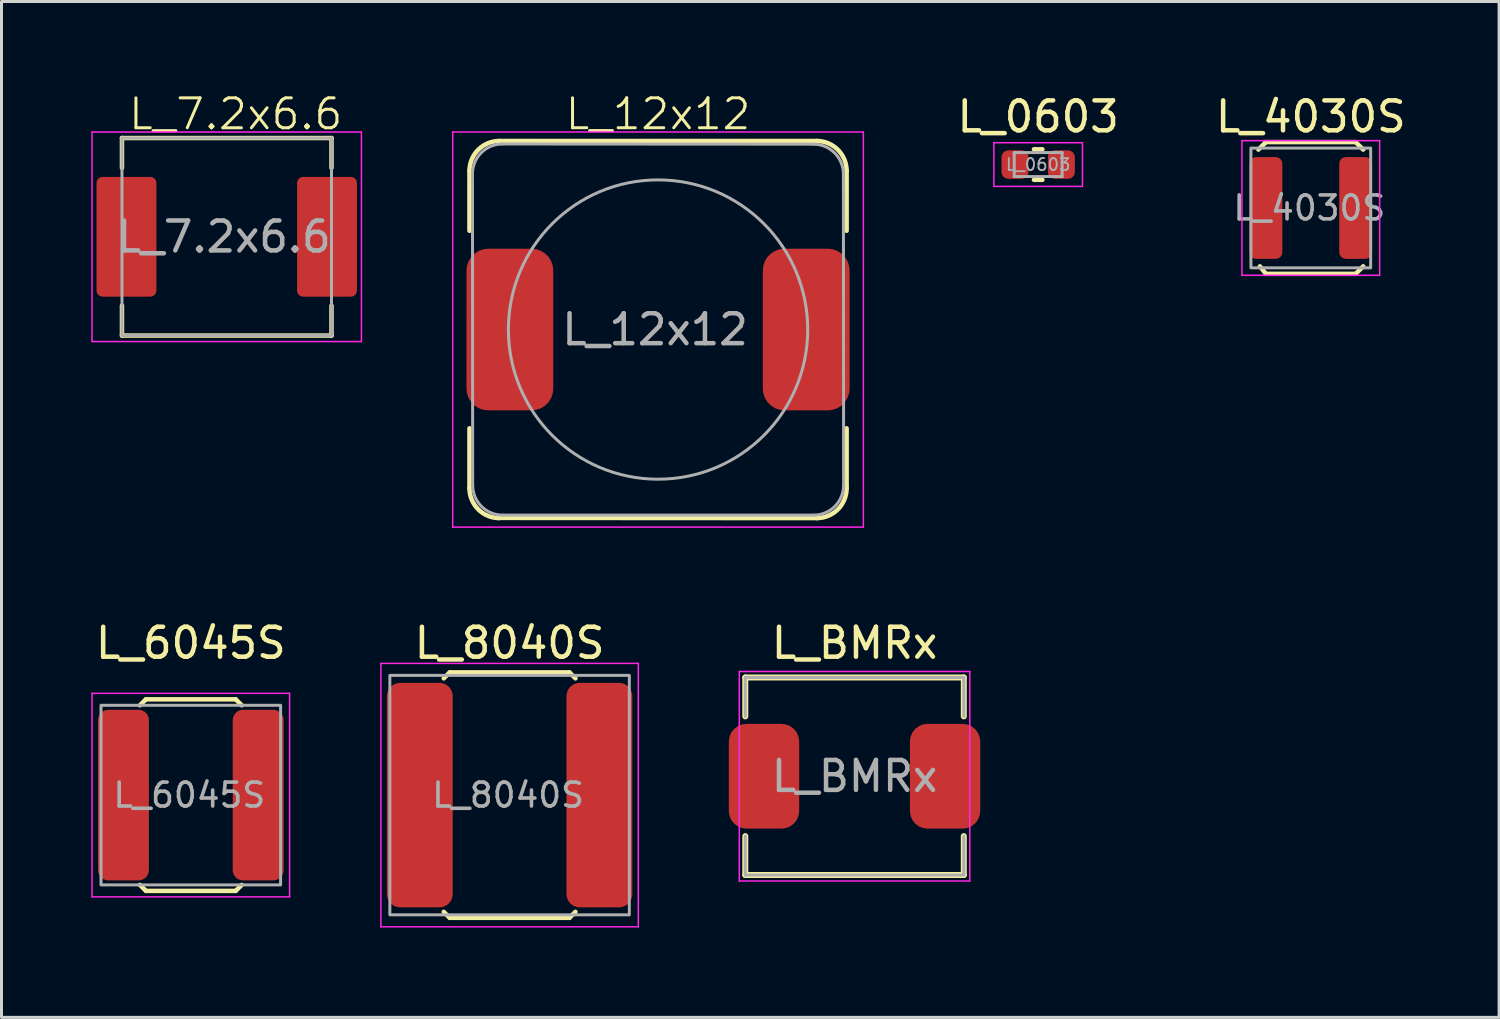
<source format=kicad_pcb>
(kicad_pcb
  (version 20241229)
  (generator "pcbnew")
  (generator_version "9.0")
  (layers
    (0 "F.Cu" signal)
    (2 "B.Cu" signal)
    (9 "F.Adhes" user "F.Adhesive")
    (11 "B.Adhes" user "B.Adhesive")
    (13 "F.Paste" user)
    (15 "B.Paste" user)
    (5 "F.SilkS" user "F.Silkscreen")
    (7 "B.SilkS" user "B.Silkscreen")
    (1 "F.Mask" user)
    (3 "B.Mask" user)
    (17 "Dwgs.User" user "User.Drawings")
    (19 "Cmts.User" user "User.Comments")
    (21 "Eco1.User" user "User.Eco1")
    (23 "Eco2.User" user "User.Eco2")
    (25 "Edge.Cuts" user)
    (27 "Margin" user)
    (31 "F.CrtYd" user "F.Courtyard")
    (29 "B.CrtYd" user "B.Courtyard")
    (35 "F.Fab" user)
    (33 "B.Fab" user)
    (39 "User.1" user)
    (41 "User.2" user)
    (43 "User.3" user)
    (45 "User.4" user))
  (footprint "L_8040S"
    (layer "F.Cu")
    (at 13.975 23.514)
    (property "Reference" "L_8040S" (at 0 -5.08 0) (unlocked yes) (layer "F.SilkS") (effects (font (size 1 1) (thickness 0.15))))
    (attr smd)
    (fp_line (start -2 -4.1) (end -2.2 -3.9) (stroke (width 0.15) (type default)) (layer "F.SilkS"))
    (fp_line (start -2 4.1) (end -2.2 3.9) (stroke (width 0.15) (type default)) (layer "F.SilkS"))
    (fp_line (start -2 4.1) (end 2 4.1) (stroke (width 0.15) (type solid)) (layer "F.SilkS"))
    (fp_line (start 2 -4.1) (end -2 -4.1) (stroke (width 0.15) (type solid)) (layer "F.SilkS"))
    (fp_line (start 2 -4.1) (end 2.2 -3.9) (stroke (width 0.15) (type default)) (layer "F.SilkS"))
    (fp_line (start 2 4.1) (end 2.2 3.9) (stroke (width 0.15) (type default)) (layer "F.SilkS"))
    (fp_line (start -4.3 -4.4) (end -4.3 4.4) (stroke (width 0.05) (type solid)) (layer "F.CrtYd"))
    (fp_line (start -4.3 4.4) (end 4.3 4.4) (stroke (width 0.05) (type solid)) (layer "F.CrtYd"))
    (fp_line (start 4.3 -4.4) (end -4.3 -4.4) (stroke (width 0.05) (type solid)) (layer "F.CrtYd"))
    (fp_line (start 4.3 4.4) (end 4.3 -4.4) (stroke (width 0.05) (type solid)) (layer "F.CrtYd"))
    (fp_rect (start -4 -4) (end 4 4) (stroke (width 0.1) (type default)) (fill no) (layer "F.Fab"))
    (fp_text user "${REFERENCE}" (at -0.05 0 0) (layer "F.Fab") (effects (font (size 0.8 0.8) (thickness 0.12))))
    (pad "1" smd roundrect (at -3 0) (size 2.2 7.5) (layers "F.Cu" "F.Mask" "F.Paste") (roundrect_rratio 0.2))
    (pad "2" smd roundrect (at 3 0) (size 2.2 7.5) (layers "F.Cu" "F.Mask" "F.Paste") (roundrect_rratio 0.2)))
  (footprint "L_BMRx"
    (layer "F.Cu")
    (at 25.5 22.884)
    (property "Reference" "L_BMRx" (at 0 -4.45 0) (layer "F.SilkS") (effects (font (size 1 1) (thickness 0.15))))
    (attr smd)
    (fp_line (start -3.65 -3.3) (end 3.65 -3.3) (stroke (width 0.2) (type solid)) (layer "F.SilkS"))
    (fp_line (start -3.65 -2) (end -3.65 -3.3) (stroke (width 0.2) (type solid)) (layer "F.SilkS"))
    (fp_line (start -3.65 3.3) (end -3.65 2) (stroke (width 0.2) (type solid)) (layer "F.SilkS"))
    (fp_line (start 3.65 -3.3) (end 3.65 -2) (stroke (width 0.2) (type solid)) (layer "F.SilkS"))
    (fp_line (start 3.65 2) (end 3.65 3.3) (stroke (width 0.2) (type solid)) (layer "F.SilkS"))
    (fp_line (start 3.65 3.3) (end -3.65 3.3) (stroke (width 0.2) (type solid)) (layer "F.SilkS"))
    (fp_line (start -3.85 -3.5) (end -3.85 3.5) (stroke (width 0.05) (type solid)) (layer "F.CrtYd"))
    (fp_line (start -3.85 3.5) (end 3.85 3.5) (stroke (width 0.05) (type solid)) (layer "F.CrtYd"))
    (fp_line (start 3.85 -3.5) (end -3.85 -3.5) (stroke (width 0.05) (type solid)) (layer "F.CrtYd"))
    (fp_line (start 3.85 3.5) (end 3.85 -3.5) (stroke (width 0.05) (type solid)) (layer "F.CrtYd"))
    (fp_line (start -3.65 -3.3) (end -3.65 -2) (stroke (width 0.1) (type solid)) (layer "F.Fab"))
    (fp_line (start -3.65 -3.3) (end 3.65 -3.3) (stroke (width 0.1) (type solid)) (layer "F.Fab"))
    (fp_line (start -3.65 3.3) (end -3.65 2) (stroke (width 0.1) (type solid)) (layer "F.Fab"))
    (fp_line (start 3.65 -3.3) (end 3.65 -2) (stroke (width 0.1) (type solid)) (layer "F.Fab"))
    (fp_line (start 3.65 3.3) (end -3.65 3.3) (stroke (width 0.1) (type solid)) (layer "F.Fab"))
    (fp_line (start 3.65 3.3) (end 3.65 2) (stroke (width 0.1) (type solid)) (layer "F.Fab"))
    (fp_text user "${REFERENCE}" (at 0 0 0) (layer "F.Fab") (effects (font (size 1 1) (thickness 0.15))))
    (pad "1" smd roundrect (at -3.025 0) (size 2.35 3.5) (layers "F.Cu" "F.Mask" "F.Paste") (roundrect_rratio 0.25))
    (pad "2" smd roundrect (at 3.025 0) (size 2.35 3.5) (layers "F.Cu" "F.Mask" "F.Paste") (roundrect_rratio 0.25)))
  (footprint "L_7.2x6.6"
    (layer "F.Cu")
    (at 4.525 4.861)
    (property "Reference" "L_7.2x6.6" (at 0.3 -4.1 0) (unlocked yes) (layer "F.SilkS") (effects (font (size 1 1) (thickness 0.1))))
    (attr smd)
    (fp_line (start -3.5 -3.3) (end 3.5 -3.3) (stroke (width 0.15) (type solid)) (layer "F.SilkS"))
    (fp_line (start -3.5 -2.3) (end -3.5 -3.3) (stroke (width 0.15) (type solid)) (layer "F.SilkS"))
    (fp_line (start -3.5 2.3) (end -3.5 3.3) (stroke (width 0.15) (type solid)) (layer "F.SilkS"))
    (fp_line (start -3.5 3.3) (end 3.5 3.3) (stroke (width 0.15) (type solid)) (layer "F.SilkS"))
    (fp_line (start 3.5 -2.3) (end 3.5 -3.3) (stroke (width 0.15) (type solid)) (layer "F.SilkS"))
    (fp_line (start 3.5 2.3) (end 3.5 3.3) (stroke (width 0.15) (type solid)) (layer "F.SilkS"))
    (fp_line (start -4.5 -3.5) (end -4.5 3.5) (stroke (width 0.05) (type solid)) (layer "F.CrtYd"))
    (fp_line (start -4.5 -3.5) (end 4.5 -3.5) (stroke (width 0.05) (type solid)) (layer "F.CrtYd"))
    (fp_line (start -4.5 3.5) (end 4.5 3.5) (stroke (width 0.05) (type solid)) (layer "F.CrtYd"))
    (fp_line (start 4.5 -3.5) (end 4.5 3.5) (stroke (width 0.05) (type solid)) (layer "F.CrtYd"))
    (fp_line (start -3.5 -3.3) (end -3.5 3.3) (stroke (width 0.1) (type default)) (layer "F.Fab"))
    (fp_line (start 3.5 -3.3) (end -3.5 -3.3) (stroke (width 0.1) (type default)) (layer "F.Fab"))
    (fp_line (start 3.5 -3.3) (end 3.5 3.3) (stroke (width 0.1) (type default)) (layer "F.Fab"))
    (fp_line (start 3.5 3.3) (end -3.5 3.3) (stroke (width 0.1) (type default)) (layer "F.Fab"))
    (fp_text user "${REFERENCE}" (at -0.1 0 0) (layer "F.Fab") (effects (font (size 1 1) (thickness 0.15))))
    (pad "1" smd roundrect (at -3.35 0) (size 2 4) (layers "F.Cu" "F.Mask" "F.Paste") (roundrect_rratio 0.1))
    (pad "2" smd roundrect (at 3.35 0) (size 2 4) (layers "F.Cu" "F.Mask" "F.Paste") (roundrect_rratio 0.1)))
  (footprint "L_6045S"
    (layer "F.Cu")
    (at 3.325 23.514)
    (property "Reference" "L_6045S" (at 0 -5.08 0) (unlocked yes) (layer "F.SilkS") (effects (font (size 1 1) (thickness 0.15))))
    (attr smd)
    (fp_line (start -1.5 -3.2) (end -1.7 -3) (stroke (width 0.15) (type default)) (layer "F.SilkS"))
    (fp_line (start -1.5 3.2) (end -1.7 3) (stroke (width 0.15) (type default)) (layer "F.SilkS"))
    (fp_line (start -1.5 3.2) (end 1.5 3.2) (stroke (width 0.15) (type solid)) (layer "F.SilkS"))
    (fp_line (start 1.5 -3.2) (end -1.5 -3.2) (stroke (width 0.15) (type solid)) (layer "F.SilkS"))
    (fp_line (start 1.5 -3.2) (end 1.7 -3) (stroke (width 0.15) (type default)) (layer "F.SilkS"))
    (fp_line (start 1.5 3.2) (end 1.7 3) (stroke (width 0.15) (type default)) (layer "F.SilkS"))
    (fp_line (start -3.3 -3.4) (end -3.3 3.4) (stroke (width 0.05) (type solid)) (layer "F.CrtYd"))
    (fp_line (start -3.3 3.4) (end 3.3 3.4) (stroke (width 0.05) (type solid)) (layer "F.CrtYd"))
    (fp_line (start 3.3 -3.4) (end -3.3 -3.4) (stroke (width 0.05) (type solid)) (layer "F.CrtYd"))
    (fp_line (start 3.3 3.4) (end 3.3 -3.4) (stroke (width 0.05) (type solid)) (layer "F.CrtYd"))
    (fp_rect (start -3 -3) (end 3 3) (stroke (width 0.1) (type default)) (fill no) (layer "F.Fab"))
    (fp_text user "${REFERENCE}" (at -0.05 0 0) (layer "F.Fab") (effects (font (size 0.8 0.8) (thickness 0.12))))
    (pad "1" smd roundrect (at -2.25 0) (size 1.7 5.7) (layers "F.Cu" "F.Mask" "F.Paste") (roundrect_rratio 0.2))
    (pad "2" smd roundrect (at 2.25 0) (size 1.7 5.7) (layers "F.Cu" "F.Mask" "F.Paste") (roundrect_rratio 0.2)))
  (footprint "L_12x12"
    (layer "F.Cu")
    (at 18.935 7.96)
    (property "Reference" "L_12x12" (at 0 -7.2 0) (unlocked yes) (layer "F.SilkS") (effects (font (size 1 1) (thickness 0.1))))
    (attr smd)
    (fp_line (start -6.3 5.3) (end -6.3 3.3) (stroke (width 0.15) (type solid)) (layer "F.SilkS"))
    (fp_line (start -6.3 -3.3) (end -6.3 -5.3) (stroke (width 0.15) (type solid)) (layer "F.SilkS"))
    (fp_line (start -5.3 -6.3) (end 5.3 -6.3) (stroke (width 0.15) (type solid)) (layer "F.SilkS"))
    (fp_line (start 5.3 6.3) (end -5.293 6.293) (stroke (width 0.15) (type solid)) (layer "F.SilkS"))
    (fp_line (start 6.3 -5.3) (end 6.3 -3.3) (stroke (width 0.15) (type solid)) (layer "F.SilkS"))
    (fp_line (start 6.3 3.3) (end 6.3 5.3) (stroke (width 0.15) (type solid)) (layer "F.SilkS"))
    (fp_arc (start -6.299998 -5.3) (mid -6.007104 -6.007106) (end -5.299998 -6.3) (stroke (width 0.15) (type default)) (layer "F.SilkS"))
    (fp_arc (start -5.300001 6.300001) (mid -6.007107 6.007107) (end -6.300001 5.300001) (stroke (width 0.15) (type default)) (layer "F.SilkS"))
    (fp_arc (start 5.3 -6.3) (mid 6.007106 -6.007107) (end 6.3 -5.3) (stroke (width 0.15) (type default)) (layer "F.SilkS"))
    (fp_arc (start 6.299998 5.3) (mid 6.007104 6.007106) (end 5.299998 6.3) (stroke (width 0.15) (type default)) (layer "F.SilkS"))
    (fp_line (start -6.86 -6.6) (end 6.86 -6.6) (stroke (width 0.05) (type solid)) (layer "F.CrtYd"))
    (fp_line (start -6.86 6.6) (end -6.86 -6.6) (stroke (width 0.05) (type solid)) (layer "F.CrtYd"))
    (fp_line (start 6.86 -6.6) (end 6.86 6.6) (stroke (width 0.05) (type solid)) (layer "F.CrtYd"))
    (fp_line (start 6.86 6.6) (end -6.86 6.6) (stroke (width 0.05) (type solid)) (layer "F.CrtYd"))
    (fp_line (start -6.193 5.2) (end -6.2 -5.2) (stroke (width 0.1) (type default)) (layer "F.Fab"))
    (fp_line (start -5.2 -6.2) (end 5.193 -6.193) (stroke (width 0.1) (type default)) (layer "F.Fab"))
    (fp_line (start 5.2 6.2) (end -5.193 6.2) (stroke (width 0.1) (type default)) (layer "F.Fab"))
    (fp_line (start 6.193 -5.193) (end 6.2 5.2) (stroke (width 0.1) (type default)) (layer "F.Fab"))
    (fp_arc (start -6.2 -5.2) (mid -5.907106 -5.907106) (end -5.2 -6.2) (stroke (width 0.1) (type default)) (layer "F.Fab"))
    (fp_arc (start -5.192894 6.2) (mid -5.9 5.907106) (end -6.192894 5.2) (stroke (width 0.1) (type default)) (layer "F.Fab"))
    (fp_arc (start 5.192894 -6.192893) (mid 5.9 -5.899999) (end 6.192894 -5.192893) (stroke (width 0.1) (type default)) (layer "F.Fab"))
    (fp_arc (start 6.2 5.2) (mid 5.907106 5.907106) (end 5.2 6.2) (stroke (width 0.1) (type default)) (layer "F.Fab"))
    (fp_circle (center 0 0) (end 0 5) (stroke (width 0.1) (type default)) (fill no) (layer "F.Fab"))
    (fp_text user "${REFERENCE}" (at -0.1 0 0) (layer "F.Fab") (effects (font (size 1 1) (thickness 0.15))))
    (pad "1" smd roundrect (at -4.95 0) (size 2.9 5.4) (layers "F.Cu" "F.Mask" "F.Paste") (roundrect_rratio 0.25))
    (pad "2" smd roundrect (at 4.95 0) (size 2.9 5.4) (layers "F.Cu" "F.Mask" "F.Paste") (roundrect_rratio 0.25)))
  (footprint "L_0603"
    (layer "F.Cu")
    (at 31.635 2.448)
    (property "Reference" "L_0603" (at 0 -1.6 0) (layer "F.SilkS") (effects (font (size 1 1) (thickness 0.15))))
    (attr smd)
    (fp_line (start -0.141 -0.51) (end 0.141 -0.51) (stroke (width 0.15) (type solid)) (layer "F.SilkS"))
    (fp_line (start -0.141 0.51) (end 0.141 0.51) (stroke (width 0.15) (type solid)) (layer "F.SilkS"))
    (fp_line (start -1.48 -0.73) (end 1.48 -0.73) (stroke (width 0.05) (type solid)) (layer "F.CrtYd"))
    (fp_line (start -1.48 0.73) (end -1.48 -0.73) (stroke (width 0.05) (type solid)) (layer "F.CrtYd"))
    (fp_line (start 1.48 -0.73) (end 1.48 0.73) (stroke (width 0.05) (type solid)) (layer "F.CrtYd"))
    (fp_line (start 1.48 0.73) (end -1.48 0.73) (stroke (width 0.05) (type solid)) (layer "F.CrtYd"))
    (fp_line (start -0.8 -0.4) (end 0.8 -0.4) (stroke (width 0.1) (type solid)) (layer "F.Fab"))
    (fp_line (start -0.8 0.4) (end -0.8 -0.4) (stroke (width 0.1) (type solid)) (layer "F.Fab"))
    (fp_line (start 0.8 -0.4) (end 0.8 0.4) (stroke (width 0.1) (type solid)) (layer "F.Fab"))
    (fp_line (start 0.8 0.4) (end -0.8 0.4) (stroke (width 0.1) (type solid)) (layer "F.Fab"))
    (fp_text user "${REFERENCE}" (at 0 0 0) (layer "F.Fab") (effects (font (size 0.4 0.4) (thickness 0.06))))
    (pad "1" smd roundrect (at -0.775 0) (size 0.9 0.95) (layers "F.Cu" "F.Mask" "F.Paste") (roundrect_rratio 0.25))
    (pad "2" smd roundrect (at 0.775 0) (size 0.9 0.95) (layers "F.Cu" "F.Mask" "F.Paste") (roundrect_rratio 0.25)))
  (footprint "L_4030S"
    (layer "F.Cu")
    (at 40.743 3.898)
    (property "Reference" "L_4030S" (at 0 -3.05 0) (unlocked yes) (layer "F.SilkS") (effects (font (size 1 1) (thickness 0.15))))
    (attr smd)
    (fp_line (start -1.5 -2.2) (end -1.75 -1.95) (stroke (width 0.15) (type default)) (layer "F.SilkS"))
    (fp_line (start -1.5 -2.2) (end 1.5 -2.2) (stroke (width 0.15) (type solid)) (layer "F.SilkS"))
    (fp_line (start -1.5 2.2) (end -1.7 1.95) (stroke (width 0.15) (type default)) (layer "F.SilkS"))
    (fp_line (start -1.5 2.2) (end 1.5 2.2) (stroke (width 0.15) (type solid)) (layer "F.SilkS"))
    (fp_line (start 1.5 -2.2) (end 1.75 -1.95) (stroke (width 0.15) (type default)) (layer "F.SilkS"))
    (fp_line (start 1.5 2.2) (end 1.75 1.95) (stroke (width 0.15) (type default)) (layer "F.SilkS"))
    (fp_line (start -2.3 -2.25) (end -2.3 2.25) (stroke (width 0.05) (type solid)) (layer "F.CrtYd"))
    (fp_line (start -2.3 2.25) (end 2.3 2.25) (stroke (width 0.05) (type solid)) (layer "F.CrtYd"))
    (fp_line (start 2.3 -2.25) (end -2.3 -2.25) (stroke (width 0.05) (type solid)) (layer "F.CrtYd"))
    (fp_line (start 2.3 2.25) (end 2.3 -2.25) (stroke (width 0.05) (type solid)) (layer "F.CrtYd"))
    (fp_rect (start -2 -2) (end 2 2) (stroke (width 0.1) (type default)) (fill no) (layer "F.Fab"))
    (fp_text user "${REFERENCE}" (at -0.05 0 0) (layer "F.Fab") (effects (font (size 0.8 0.8) (thickness 0.12))))
    (pad "1" smd roundrect (at -1.5 0) (size 1.1 3.4) (layers "F.Cu" "F.Mask" "F.Paste") (roundrect_rratio 0.2))
    (pad "2" smd roundrect (at 1.5 0) (size 1.1 3.4) (layers "F.Cu" "F.Mask" "F.Paste") (roundrect_rratio 0.2)))
  (gr_rect
    (start -3 -3)
    (end 47.034 30.939)
    (stroke (width 0.1) (type default))
    (fill no)
    (layer "Edge.Cuts")))
</source>
